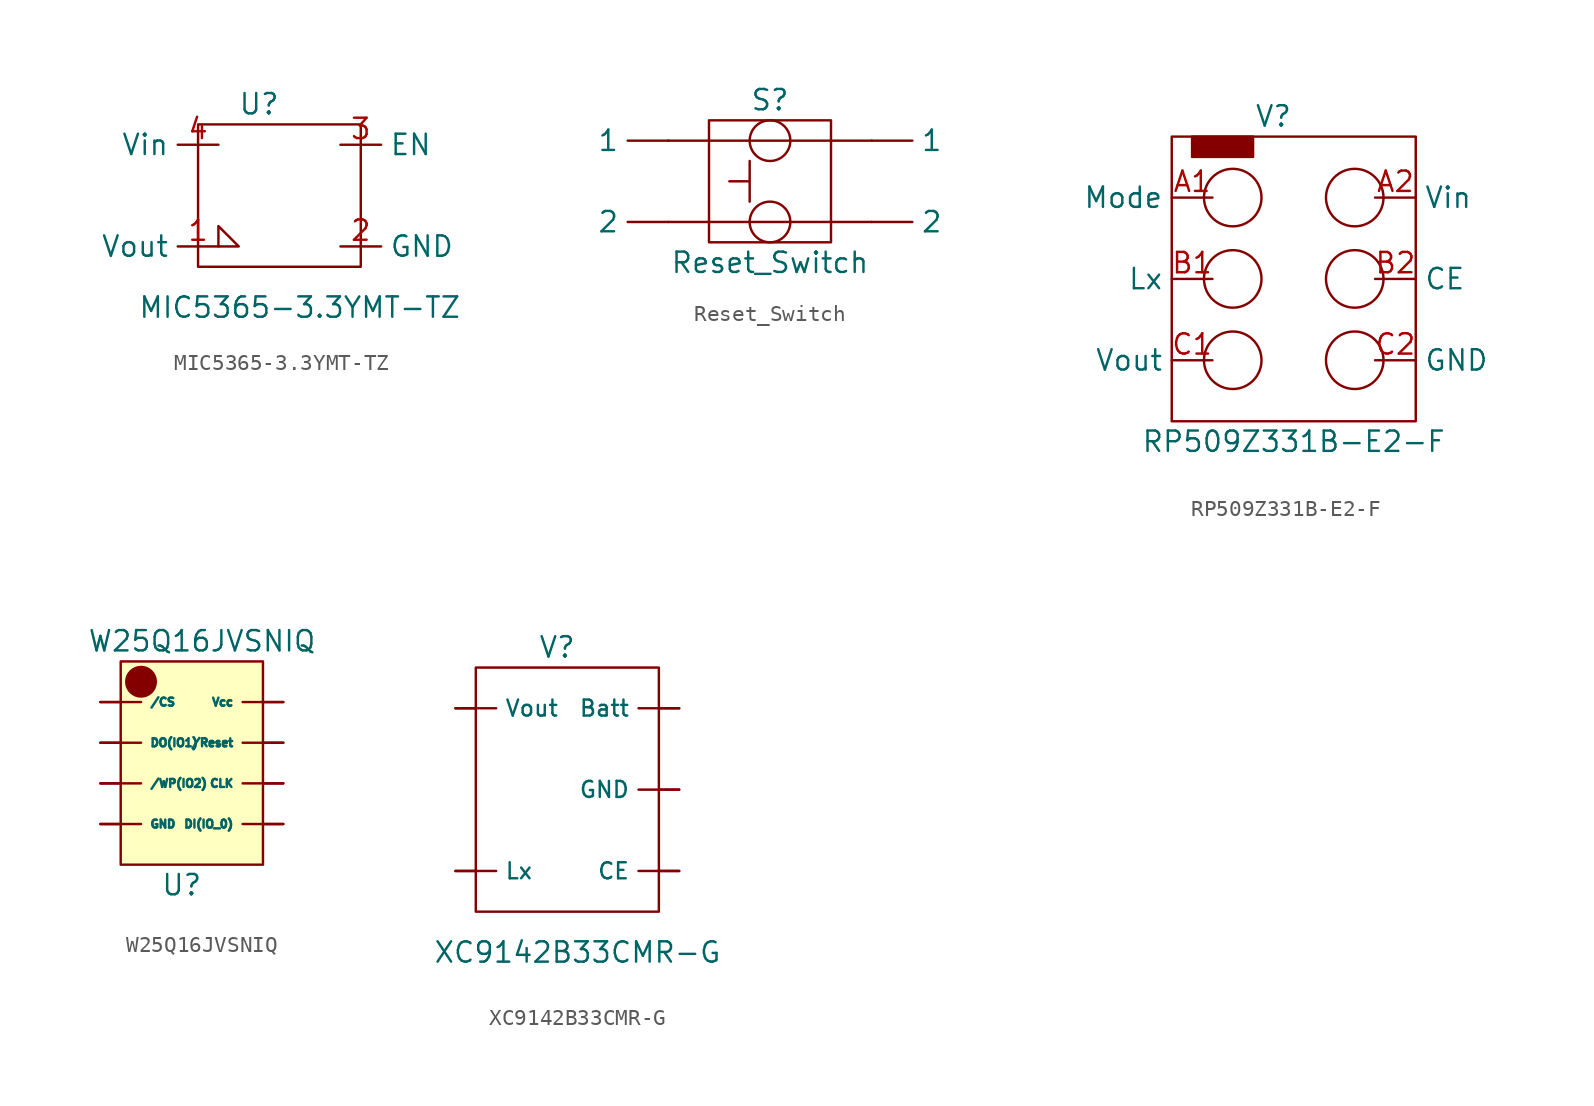
<source format=kicad_sym>
(kicad_symbol_lib
  (version 20211014)
  (generator kicad_symbol_editor)
  (symbol "MIC5365-3.3YMT-TZ"
    (property "Reference" "U"
      (at 3.81 1.27 0)
      (effects (font (size 1.27 1.27))))
    (property "Value" "MIC5365-3.3YMT-TZ"
      (at 6.35 -11.43 0)
      (effects (font (size 1.27 1.27))))
    (symbol "MIC5365-3.3YMT-TZ_0_1"
      (polyline (pts (xy 1.27 -7.62) (xy 1.27 -6.35) (xy 2.54 -7.62) (xy 1.27 -7.62)) (stroke (width 0) (type default) (color 0 0 0 0)) (fill (type none)))
      (rectangle (start 0 0) (end 10.16 -8.89) (stroke (width 0) (type default) (color 0 0 0 0)) (fill (type none))))
    (symbol "MIC5365-3.3YMT-TZ_1_1"
      (pin bidirectional line (at 1.27 -7.62 180) (length 2.54) (name "Vout" (effects (font (size 1.27 1.27)))) (number "1" (effects (font (size 1.27 1.27)))))
      (pin bidirectional line (at 8.89 -7.62 0) (length 2.54) (name "GND" (effects (font (size 1.27 1.27)))) (number "2" (effects (font (size 1.27 1.27)))))
      (pin bidirectional line (at 8.89 -1.27 0) (length 2.54) (name "EN" (effects (font (size 1.27 1.27)))) (number "3" (effects (font (size 1.27 1.27)))))
      (pin bidirectional line (at 1.27 -1.27 180) (length 2.54) (name "Vin" (effects (font (size 1.27 1.27)))) (number "4" (effects (font (size 1.27 1.27)))))))
  (symbol "Reset_Switch"
    (property "Reference" "S"
      (at 3.81 1.27 0)
      (effects (font (size 1.27 1.27))))
    (property "Value" "Reset_Switch"
      (at 3.81 -8.89 0)
      (effects (font (size 1.27 1.27))))
    (symbol "Reset_Switch_0_1"
      (polyline (pts (xy -2.54 -6.35) (xy 10.16 -6.35)) (stroke (width 0) (type default) (color 0 0 0 0)) (fill (type none)))
      (polyline (pts (xy -2.54 -1.27) (xy 10.16 -1.27)) (stroke (width 0) (type default) (color 0 0 0 0)) (fill (type none)))
      (polyline (pts (xy 2.54 -2.54) (xy 2.54 -5.08) (xy 2.54 -3.81) (xy 1.27 -3.81)) (stroke (width 0) (type default) (color 0 0 0 0)) (fill (type none)))
      (rectangle (start 0 0) (end 7.62 -7.62) (stroke (width 0) (type default) (color 0 0 0 0)) (fill (type none)))
      (circle (center 3.81 -6.35) (radius 1.27) (stroke (width 0) (type default) (color 0 0 0 0)) (fill (type none)))
      (circle (center 3.81 -1.27) (radius 1.27) (stroke (width 0) (type default) (color 0 0 0 0)) (fill (type none))))
    (symbol "Reset_Switch_1_1"
      (pin bidirectional line (at -2.54 -1.27 180) (length 2.54) (name "1" (effects (font (size 1.27 1.27)))) (number "" (effects (font (size 1.27 1.27)))))
      (pin bidirectional line (at 10.16 -1.27 0) (length 2.54) (name "1" (effects (font (size 1.27 1.27)))) (number "" (effects (font (size 1.27 1.27)))))
      (pin bidirectional line (at -2.54 -6.35 180) (length 2.54) (name "2" (effects (font (size 1.27 1.27)))) (number "" (effects (font (size 1.27 1.27)))))
      (pin bidirectional line (at 10.16 -6.35 0) (length 2.54) (name "2" (effects (font (size 1.27 1.27)))) (number "" (effects (font (size 1.27 1.27)))))))
  (symbol "RP509Z331B-E2-F"
    (property "Reference" "V"
      (at 6.35 1.27 0)
      (effects (font (size 1.27 1.27))))
    (property "Value" "RP509Z331B-E2-F"
      (at 7.62 -19.05 0)
      (effects (font (size 1.27 1.27))))
    (symbol "RP509Z331B-E2-F_0_1"
      (rectangle (start 0 0) (end 15.24 -17.78) (stroke (width 0) (type default) (color 0 0 0 0)) (fill (type none)))
      (rectangle (start 1.27 0) (end 5.08 -1.27) (stroke (width 0) (type default) (color 0 0 0 0)) (fill (type outline)))
      (circle (center 3.81 -13.97) (radius 1.796) (stroke (width 0) (type default) (color 0 0 0 0)) (fill (type none)))
      (circle (center 3.81 -8.89) (radius 1.796) (stroke (width 0) (type default) (color 0 0 0 0)) (fill (type none)))
      (circle (center 3.81 -3.81) (radius 1.796) (stroke (width 0) (type default) (color 0 0 0 0)) (fill (type none)))
      (circle (center 11.43 -13.97) (radius 1.796) (stroke (width 0) (type default) (color 0 0 0 0)) (fill (type none)))
      (circle (center 11.43 -8.89) (radius 1.796) (stroke (width 0) (type default) (color 0 0 0 0)) (fill (type none)))
      (circle (center 11.43 -3.81) (radius 1.796) (stroke (width 0) (type default) (color 0 0 0 0)) (fill (type none))))
    (symbol "RP509Z331B-E2-F_1_1"
      (pin bidirectional line (at 2.54 -3.81 180) (length 2.54) (name "Mode" (effects (font (size 1.27 1.27)))) (number "A1" (effects (font (size 1.27 1.27)))))
      (pin bidirectional line (at 12.7 -3.81 0) (length 2.54) (name "Vin" (effects (font (size 1.27 1.27)))) (number "A2" (effects (font (size 1.27 1.27)))))
      (pin bidirectional line (at 2.54 -8.89 180) (length 2.54) (name "Lx" (effects (font (size 1.27 1.27)))) (number "B1" (effects (font (size 1.27 1.27)))))
      (pin bidirectional line (at 12.7 -8.89 0) (length 2.54) (name "CE" (effects (font (size 1.27 1.27)))) (number "B2" (effects (font (size 1.27 1.27)))))
      (pin bidirectional line (at 2.54 -13.97 180) (length 2.54) (name "Vout" (effects (font (size 1.27 1.27)))) (number "C1" (effects (font (size 1.27 1.27)))))
      (pin bidirectional line (at 12.7 -13.97 0) (length 2.54) (name "GND" (effects (font (size 1.27 1.27)))) (number "C2" (effects (font (size 1.27 1.27)))))))
  (symbol "W25Q16JVSNIQ"
    (property "Reference" "U"
      (at 3.81 -13.97 0)
      (effects (font (size 1.27 1.27))))
    (property "Value" "W25Q16JVSNIQ"
      (at 5.08 1.27 0)
      (effects (font (size 1.27 1.27))))
    (symbol "W25Q16JVSNIQ_0_1"
      (polyline (pts (xy 0 -10.16) (xy -1.27 -10.16)) (stroke (width 0) (type default) (color 0 0 0 0)) (fill (type none)))
      (polyline (pts (xy 0 -7.62) (xy -1.27 -7.62)) (stroke (width 0) (type default) (color 0 0 0 0)) (fill (type none)))
      (polyline (pts (xy 0 -5.08) (xy -1.27 -5.08)) (stroke (width 0) (type default) (color 0 0 0 0)) (fill (type none)))
      (polyline (pts (xy 0 -2.54) (xy -1.27 -2.54)) (stroke (width 0) (type default) (color 0 0 0 0)) (fill (type none)))
      (polyline (pts (xy 8.89 -10.16) (xy 10.16 -10.16)) (stroke (width 0) (type default) (color 0 0 0 0)) (fill (type none)))
      (polyline (pts (xy 8.89 -7.62) (xy 10.16 -7.62)) (stroke (width 0) (type default) (color 0 0 0 0)) (fill (type none)))
      (polyline (pts (xy 8.89 -5.08) (xy 10.16 -5.08)) (stroke (width 0) (type default) (color 0 0 0 0)) (fill (type none)))
      (polyline (pts (xy 8.89 -2.54) (xy 10.16 -2.54)) (stroke (width 0) (type default) (color 0 0 0 0)) (fill (type none)))
      (rectangle (start 0 0) (end 8.89 -12.7) (stroke (width 0) (type default) (color 0 0 0 0)) (fill (type background)))
      (circle (center 1.27 -1.27) (radius 0.0001) (stroke (width 1) (type default) (color 0 0 0 0)) (fill (type none))))
    (symbol "W25Q16JVSNIQ_1_1"
      (pin bidirectional line (at -1.27 -2.54 0) (length 2.54) (name "/CS" (effects (font (size 0.5 0.5)))) (number "" (effects (font (size 1.27 1.27)))))
      (pin bidirectional line (at 10.16 -5.08 180) (length 2.54) (name "/Reset" (effects (font (size 0.5 0.5)))) (number "" (effects (font (size 1.27 1.27)))))
      (pin bidirectional line (at -1.27 -7.62 0) (length 2.54) (name "/WP(IO2)" (effects (font (size 0.5 0.5)))) (number "" (effects (font (size 1.27 1.27)))))
      (pin bidirectional line (at 10.16 -7.62 180) (length 2.54) (name "CLK" (effects (font (size 0.5 0.5)))) (number "" (effects (font (size 1.27 1.27)))))
      (pin bidirectional line (at 10.16 -10.16 180) (length 2.54) (name "DI(IO_0)" (effects (font (size 0.5 0.5)))) (number "" (effects (font (size 1.27 1.27)))))
      (pin bidirectional line (at -1.27 -5.08 0) (length 2.54) (name "DO(IO1)" (effects (font (size 0.5 0.5)))) (number "" (effects (font (size 1.27 1.27)))))
      (pin bidirectional line (at -1.27 -10.16 0) (length 2.54) (name "GND" (effects (font (size 0.5 0.5)))) (number "" (effects (font (size 1.27 1.27)))))
      (pin bidirectional line (at 10.16 -2.54 180) (length 2.54) (name "Vcc" (effects (font (size 0.5 0.5)))) (number "" (effects (font (size 1.27 1.27)))))))
  (symbol "XC9142B33CMR-G"
    (property "Reference" "V"
      (at 5.08 1.27 0)
      (effects (font (size 1.27 1.27))))
    (property "Value" "XC9142B33CMR-G"
      (at 6.35 -17.78 0)
      (effects (font (size 1.27 1.27))))
    (symbol "XC9142B33CMR-G_0_1"
      (polyline (pts (xy 0 -12.7) (xy -1.27 -12.7)) (stroke (width 0) (type default) (color 0 0 0 0)) (fill (type none)))
      (polyline (pts (xy 0 -2.54) (xy -1.27 -2.54)) (stroke (width 0) (type default) (color 0 0 0 0)) (fill (type none)))
      (polyline (pts (xy 12.7 -12.7) (xy 11.43 -12.7)) (stroke (width 0) (type default) (color 0 0 0 0)) (fill (type none)))
      (polyline (pts (xy 12.7 -7.62) (xy 11.43 -7.62)) (stroke (width 0) (type default) (color 0 0 0 0)) (fill (type none)))
      (polyline (pts (xy 12.7 -2.54) (xy 11.43 -2.54)) (stroke (width 0) (type default) (color 0 0 0 0)) (fill (type none)))
      (rectangle (start 0 0) (end 11.43 -15.24) (stroke (width 0) (type default) (color 0 0 0 0)) (fill (type none))))
    (symbol "XC9142B33CMR-G_1_1"
      (pin bidirectional line (at 12.7 -2.54 180) (length 2.54) (name "Batt" (effects (font (size 1 1)))) (number "" (effects (font (size 1.27 1.27)))))
      (pin bidirectional line (at 12.7 -12.7 180) (length 2.54) (name "CE" (effects (font (size 1 1)))) (number "" (effects (font (size 1.27 1.27)))))
      (pin bidirectional line (at 12.7 -7.62 180) (length 2.54) (name "GND" (effects (font (size 1 1)))) (number "" (effects (font (size 1.27 1.27)))))
      (pin bidirectional line (at -1.27 -12.7 0) (length 2.54) (name "Lx" (effects (font (size 1 1)))) (number "" (effects (font (size 1.27 1.27)))))
      (pin bidirectional line (at -1.27 -2.54 0) (length 2.54) (name "Vout" (effects (font (size 1 1)))) (number "" (effects (font (size 1.27 1.27))))))))
</source>
